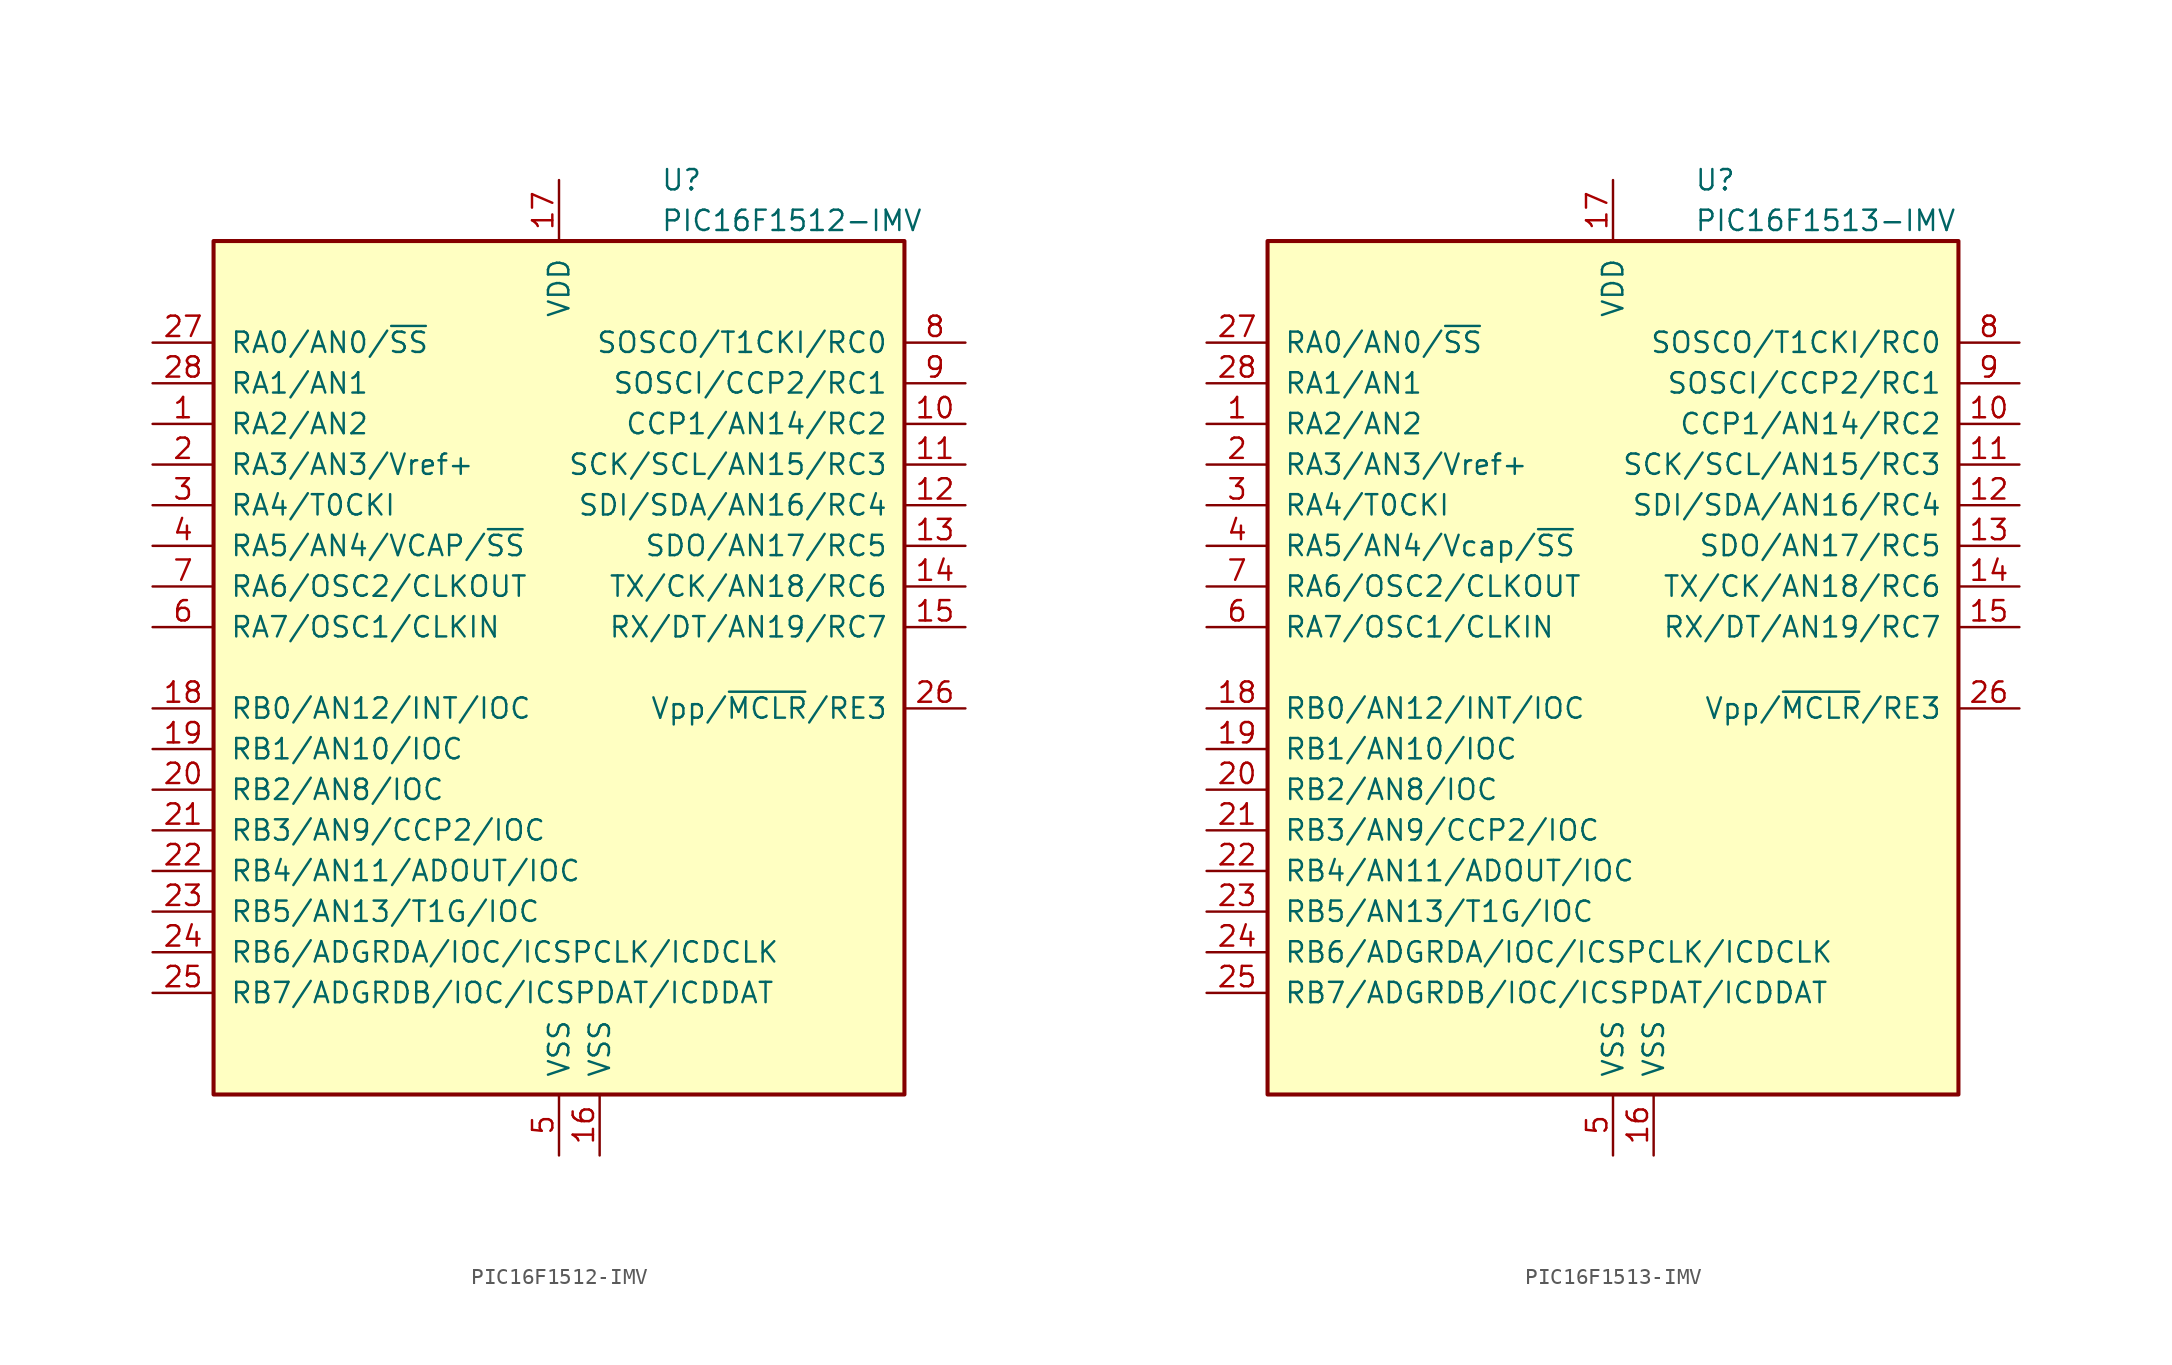
<source format=kicad_sym>
(kicad_symbol_lib
  (version 20201005)
  (generator kicad_symbol_editor)
  (symbol "PIC16F1512-IMV"
    (pin_names
      (offset 1.016))
    (property "Reference" "U"
      (at 6.35 30.48 0)
      (effects (font (size 1.27 1.27)) (justify left)))
    (property "Value" "PIC16F1512-IMV"
      (at 6.35 27.94 0)
      (effects (font (size 1.27 1.27)) (justify left)))
    (symbol "PIC16F1512-IMV_0_1"
      (rectangle (start -21.59 26.67) (end 21.59 -26.67) (stroke (width 0.254)) (fill (type background))))
    (symbol "PIC16F1512-IMV_1_1"
      (pin bidirectional line (at -25.4 15.24 0) (length 3.81) (name "RA2/AN2" (effects (font (size 1.27 1.27)))) (number "1" (effects (font (size 1.27 1.27)))))
      (pin bidirectional line (at 25.4 15.24 180) (length 3.81) (name "CCP1/AN14/RC2" (effects (font (size 1.27 1.27)))) (number "10" (effects (font (size 1.27 1.27)))))
      (pin bidirectional line (at 25.4 12.7 180) (length 3.81) (name "SCK/SCL/AN15/RC3" (effects (font (size 1.27 1.27)))) (number "11" (effects (font (size 1.27 1.27)))))
      (pin bidirectional line (at 25.4 10.16 180) (length 3.81) (name "SDI/SDA/AN16/RC4" (effects (font (size 1.27 1.27)))) (number "12" (effects (font (size 1.27 1.27)))))
      (pin bidirectional line (at 25.4 7.62 180) (length 3.81) (name "SDO/AN17/RC5" (effects (font (size 1.27 1.27)))) (number "13" (effects (font (size 1.27 1.27)))))
      (pin bidirectional line (at 25.4 5.08 180) (length 3.81) (name "TX/CK/AN18/RC6" (effects (font (size 1.27 1.27)))) (number "14" (effects (font (size 1.27 1.27)))))
      (pin bidirectional line (at 25.4 2.54 180) (length 3.81) (name "RX/DT/AN19/RC7" (effects (font (size 1.27 1.27)))) (number "15" (effects (font (size 1.27 1.27)))))
      (pin power_in line (at 2.54 -30.48 90) (length 3.81) (name "VSS" (effects (font (size 1.27 1.27)))) (number "16" (effects (font (size 1.27 1.27)))))
      (pin power_in line (at 0 30.48 270) (length 3.81) (name "VDD" (effects (font (size 1.27 1.27)))) (number "17" (effects (font (size 1.27 1.27)))))
      (pin bidirectional line (at -25.4 -2.54 0) (length 3.81) (name "RB0/AN12/INT/IOC" (effects (font (size 1.27 1.27)))) (number "18" (effects (font (size 1.27 1.27)))))
      (pin bidirectional line (at -25.4 -5.08 0) (length 3.81) (name "RB1/AN10/IOC" (effects (font (size 1.27 1.27)))) (number "19" (effects (font (size 1.27 1.27)))))
      (pin bidirectional line (at -25.4 12.7 0) (length 3.81) (name "RA3/AN3/Vref+" (effects (font (size 1.27 1.27)))) (number "2" (effects (font (size 1.27 1.27)))))
      (pin bidirectional line (at -25.4 -7.62 0) (length 3.81) (name "RB2/AN8/IOC" (effects (font (size 1.27 1.27)))) (number "20" (effects (font (size 1.27 1.27)))))
      (pin bidirectional line (at -25.4 -10.16 0) (length 3.81) (name "RB3/AN9/CCP2/IOC" (effects (font (size 1.27 1.27)))) (number "21" (effects (font (size 1.27 1.27)))))
      (pin bidirectional line (at -25.4 -12.7 0) (length 3.81) (name "RB4/AN11/ADOUT/IOC" (effects (font (size 1.27 1.27)))) (number "22" (effects (font (size 1.27 1.27)))))
      (pin bidirectional line (at -25.4 -15.24 0) (length 3.81) (name "RB5/AN13/T1G/IOC" (effects (font (size 1.27 1.27)))) (number "23" (effects (font (size 1.27 1.27)))))
      (pin bidirectional line (at -25.4 -17.78 0) (length 3.81) (name "RB6/ADGRDA/IOC/ICSPCLK/ICDCLK" (effects (font (size 1.27 1.27)))) (number "24" (effects (font (size 1.27 1.27)))))
      (pin bidirectional line (at -25.4 -20.32 0) (length 3.81) (name "RB7/ADGRDB/IOC/ICSPDAT/ICDDAT" (effects (font (size 1.27 1.27)))) (number "25" (effects (font (size 1.27 1.27)))))
      (pin input line (at 25.4 -2.54 180) (length 3.81) (name "Vpp/~MCLR~/RE3" (effects (font (size 1.27 1.27)))) (number "26" (effects (font (size 1.27 1.27)))))
      (pin bidirectional line (at -25.4 20.32 0) (length 3.81) (name "RA0/AN0/~SS" (effects (font (size 1.27 1.27)))) (number "27" (effects (font (size 1.27 1.27)))))
      (pin bidirectional line (at -25.4 17.78 0) (length 3.81) (name "RA1/AN1" (effects (font (size 1.27 1.27)))) (number "28" (effects (font (size 1.27 1.27)))))
      (pin bidirectional line (at -25.4 10.16 0) (length 3.81) (name "RA4/T0CKI" (effects (font (size 1.27 1.27)))) (number "3" (effects (font (size 1.27 1.27)))))
      (pin bidirectional line (at -25.4 7.62 0) (length 3.81) (name "RA5/AN4/VCAP/~SS" (effects (font (size 1.27 1.27)))) (number "4" (effects (font (size 1.27 1.27)))))
      (pin power_in line (at 0 -30.48 90) (length 3.81) (name "VSS" (effects (font (size 1.27 1.27)))) (number "5" (effects (font (size 1.27 1.27)))))
      (pin bidirectional line (at -25.4 2.54 0) (length 3.81) (name "RA7/OSC1/CLKIN" (effects (font (size 1.27 1.27)))) (number "6" (effects (font (size 1.27 1.27)))))
      (pin bidirectional line (at -25.4 5.08 0) (length 3.81) (name "RA6/OSC2/CLKOUT" (effects (font (size 1.27 1.27)))) (number "7" (effects (font (size 1.27 1.27)))))
      (pin bidirectional line (at 25.4 20.32 180) (length 3.81) (name "SOSCO/T1CKI/RC0" (effects (font (size 1.27 1.27)))) (number "8" (effects (font (size 1.27 1.27)))))
      (pin bidirectional line (at 25.4 17.78 180) (length 3.81) (name "SOSCI/CCP2/RC1" (effects (font (size 1.27 1.27)))) (number "9" (effects (font (size 1.27 1.27)))))))
  (symbol "PIC16F1513-IMV"
    (pin_names
      (offset 1.016))
    (property "Reference" "U"
      (at 5.08 30.48 0)
      (effects (font (size 1.27 1.27)) (justify left)))
    (property "Value" "PIC16F1513-IMV"
      (at 5.08 27.94 0)
      (effects (font (size 1.27 1.27)) (justify left)))
    (symbol "PIC16F1513-IMV_0_1"
      (rectangle (start -21.59 26.67) (end 21.59 -26.67) (stroke (width 0.254)) (fill (type background))))
    (symbol "PIC16F1513-IMV_1_1"
      (pin bidirectional line (at -25.4 15.24 0) (length 3.81) (name "RA2/AN2" (effects (font (size 1.27 1.27)))) (number "1" (effects (font (size 1.27 1.27)))))
      (pin bidirectional line (at 25.4 15.24 180) (length 3.81) (name "CCP1/AN14/RC2" (effects (font (size 1.27 1.27)))) (number "10" (effects (font (size 1.27 1.27)))))
      (pin bidirectional line (at 25.4 12.7 180) (length 3.81) (name "SCK/SCL/AN15/RC3" (effects (font (size 1.27 1.27)))) (number "11" (effects (font (size 1.27 1.27)))))
      (pin bidirectional line (at 25.4 10.16 180) (length 3.81) (name "SDI/SDA/AN16/RC4" (effects (font (size 1.27 1.27)))) (number "12" (effects (font (size 1.27 1.27)))))
      (pin bidirectional line (at 25.4 7.62 180) (length 3.81) (name "SDO/AN17/RC5" (effects (font (size 1.27 1.27)))) (number "13" (effects (font (size 1.27 1.27)))))
      (pin bidirectional line (at 25.4 5.08 180) (length 3.81) (name "TX/CK/AN18/RC6" (effects (font (size 1.27 1.27)))) (number "14" (effects (font (size 1.27 1.27)))))
      (pin bidirectional line (at 25.4 2.54 180) (length 3.81) (name "RX/DT/AN19/RC7" (effects (font (size 1.27 1.27)))) (number "15" (effects (font (size 1.27 1.27)))))
      (pin power_in line (at 2.54 -30.48 90) (length 3.81) (name "VSS" (effects (font (size 1.27 1.27)))) (number "16" (effects (font (size 1.27 1.27)))))
      (pin power_in line (at 0 30.48 270) (length 3.81) (name "VDD" (effects (font (size 1.27 1.27)))) (number "17" (effects (font (size 1.27 1.27)))))
      (pin bidirectional line (at -25.4 -2.54 0) (length 3.81) (name "RB0/AN12/INT/IOC" (effects (font (size 1.27 1.27)))) (number "18" (effects (font (size 1.27 1.27)))))
      (pin bidirectional line (at -25.4 -5.08 0) (length 3.81) (name "RB1/AN10/IOC" (effects (font (size 1.27 1.27)))) (number "19" (effects (font (size 1.27 1.27)))))
      (pin bidirectional line (at -25.4 12.7 0) (length 3.81) (name "RA3/AN3/Vref+" (effects (font (size 1.27 1.27)))) (number "2" (effects (font (size 1.27 1.27)))))
      (pin bidirectional line (at -25.4 -7.62 0) (length 3.81) (name "RB2/AN8/IOC" (effects (font (size 1.27 1.27)))) (number "20" (effects (font (size 1.27 1.27)))))
      (pin bidirectional line (at -25.4 -10.16 0) (length 3.81) (name "RB3/AN9/CCP2/IOC" (effects (font (size 1.27 1.27)))) (number "21" (effects (font (size 1.27 1.27)))))
      (pin bidirectional line (at -25.4 -12.7 0) (length 3.81) (name "RB4/AN11/ADOUT/IOC" (effects (font (size 1.27 1.27)))) (number "22" (effects (font (size 1.27 1.27)))))
      (pin bidirectional line (at -25.4 -15.24 0) (length 3.81) (name "RB5/AN13/T1G/IOC" (effects (font (size 1.27 1.27)))) (number "23" (effects (font (size 1.27 1.27)))))
      (pin bidirectional line (at -25.4 -17.78 0) (length 3.81) (name "RB6/ADGRDA/IOC/ICSPCLK/ICDCLK" (effects (font (size 1.27 1.27)))) (number "24" (effects (font (size 1.27 1.27)))))
      (pin bidirectional line (at -25.4 -20.32 0) (length 3.81) (name "RB7/ADGRDB/IOC/ICSPDAT/ICDDAT" (effects (font (size 1.27 1.27)))) (number "25" (effects (font (size 1.27 1.27)))))
      (pin input line (at 25.4 -2.54 180) (length 3.81) (name "Vpp/~MCLR~/RE3" (effects (font (size 1.27 1.27)))) (number "26" (effects (font (size 1.27 1.27)))))
      (pin bidirectional line (at -25.4 20.32 0) (length 3.81) (name "RA0/AN0/~SS" (effects (font (size 1.27 1.27)))) (number "27" (effects (font (size 1.27 1.27)))))
      (pin bidirectional line (at -25.4 17.78 0) (length 3.81) (name "RA1/AN1" (effects (font (size 1.27 1.27)))) (number "28" (effects (font (size 1.27 1.27)))))
      (pin bidirectional line (at -25.4 10.16 0) (length 3.81) (name "RA4/T0CKI" (effects (font (size 1.27 1.27)))) (number "3" (effects (font (size 1.27 1.27)))))
      (pin bidirectional line (at -25.4 7.62 0) (length 3.81) (name "RA5/AN4/Vcap/~SS" (effects (font (size 1.27 1.27)))) (number "4" (effects (font (size 1.27 1.27)))))
      (pin power_in line (at 0 -30.48 90) (length 3.81) (name "VSS" (effects (font (size 1.27 1.27)))) (number "5" (effects (font (size 1.27 1.27)))))
      (pin bidirectional line (at -25.4 2.54 0) (length 3.81) (name "RA7/OSC1/CLKIN" (effects (font (size 1.27 1.27)))) (number "6" (effects (font (size 1.27 1.27)))))
      (pin bidirectional line (at -25.4 5.08 0) (length 3.81) (name "RA6/OSC2/CLKOUT" (effects (font (size 1.27 1.27)))) (number "7" (effects (font (size 1.27 1.27)))))
      (pin bidirectional line (at 25.4 20.32 180) (length 3.81) (name "SOSCO/T1CKI/RC0" (effects (font (size 1.27 1.27)))) (number "8" (effects (font (size 1.27 1.27)))))
      (pin bidirectional line (at 25.4 17.78 180) (length 3.81) (name "SOSCI/CCP2/RC1" (effects (font (size 1.27 1.27)))) (number "9" (effects (font (size 1.27 1.27))))))))
</source>
